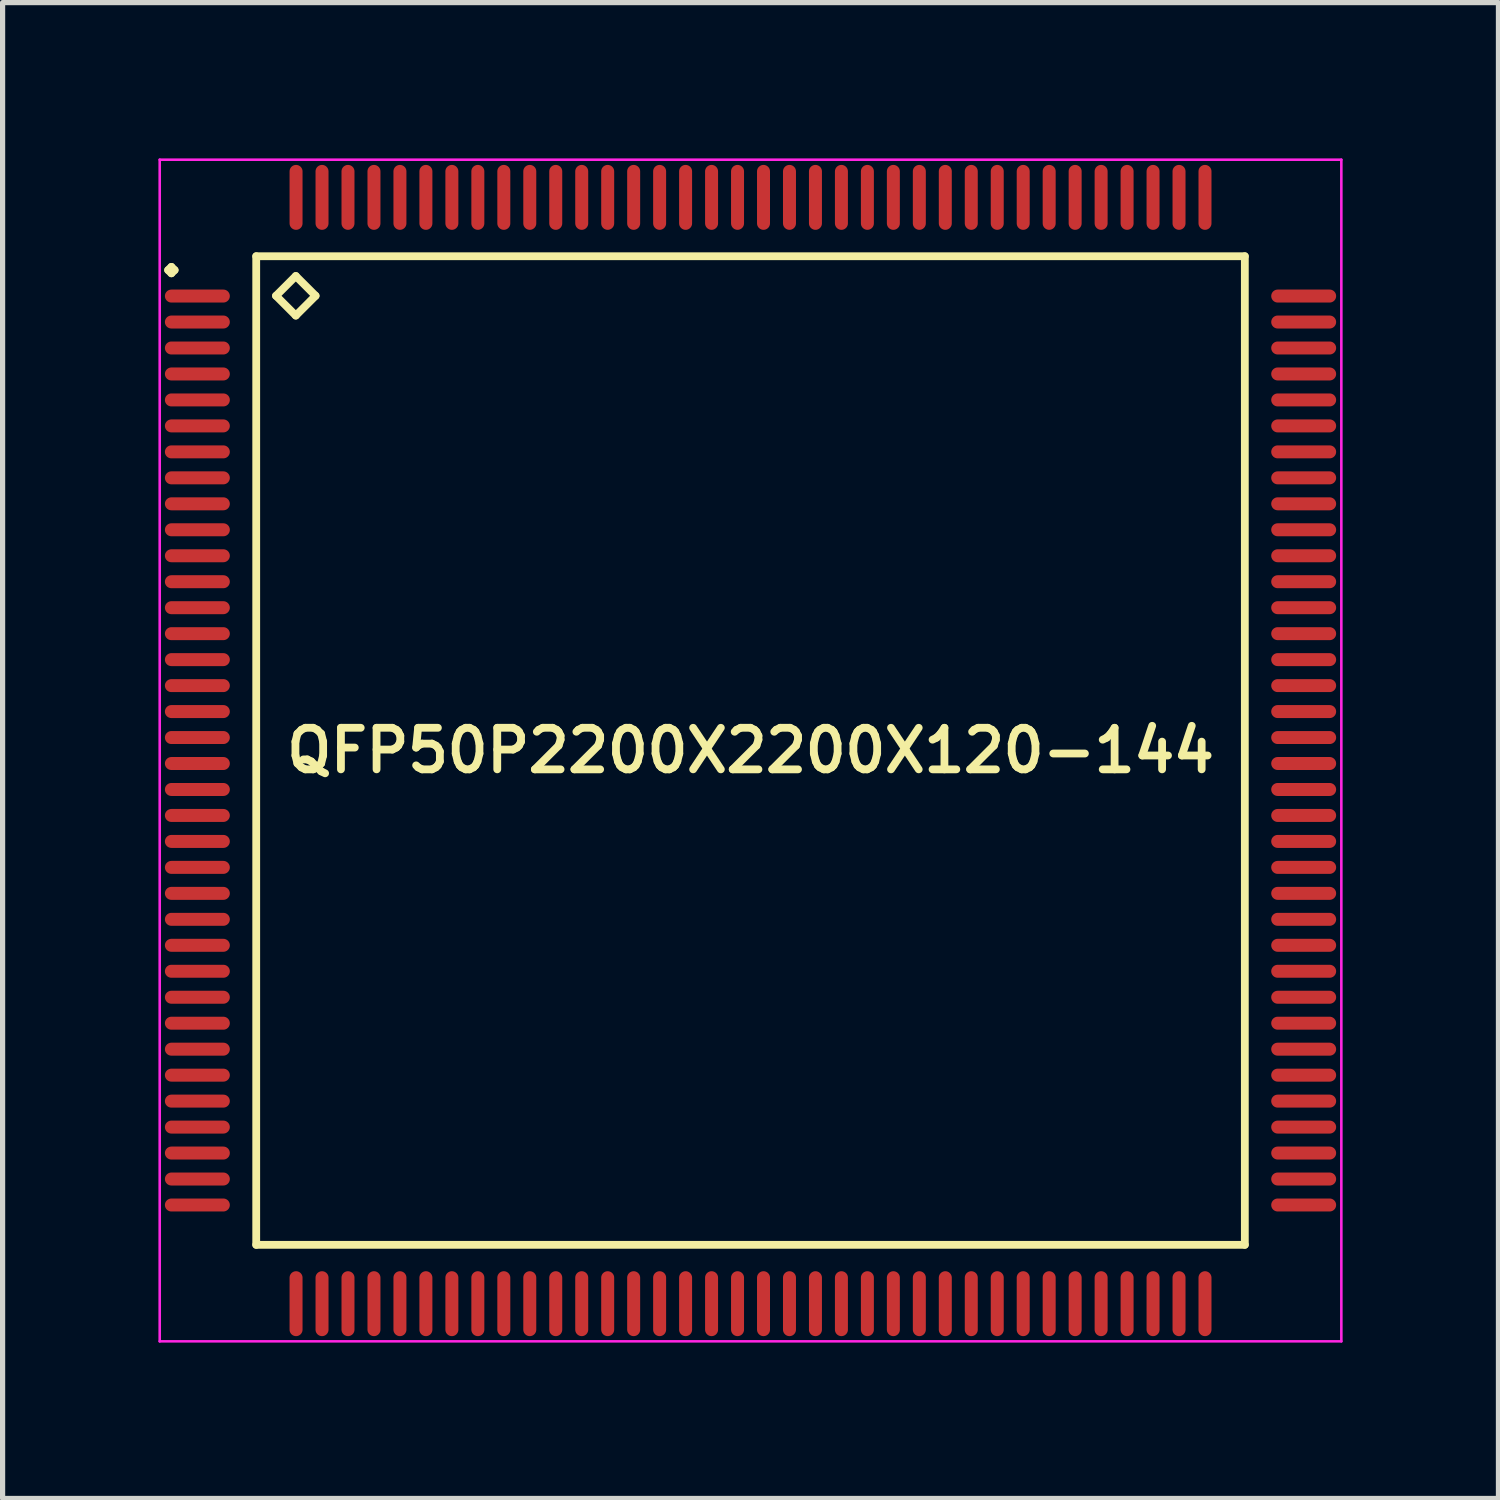
<source format=kicad_pcb>
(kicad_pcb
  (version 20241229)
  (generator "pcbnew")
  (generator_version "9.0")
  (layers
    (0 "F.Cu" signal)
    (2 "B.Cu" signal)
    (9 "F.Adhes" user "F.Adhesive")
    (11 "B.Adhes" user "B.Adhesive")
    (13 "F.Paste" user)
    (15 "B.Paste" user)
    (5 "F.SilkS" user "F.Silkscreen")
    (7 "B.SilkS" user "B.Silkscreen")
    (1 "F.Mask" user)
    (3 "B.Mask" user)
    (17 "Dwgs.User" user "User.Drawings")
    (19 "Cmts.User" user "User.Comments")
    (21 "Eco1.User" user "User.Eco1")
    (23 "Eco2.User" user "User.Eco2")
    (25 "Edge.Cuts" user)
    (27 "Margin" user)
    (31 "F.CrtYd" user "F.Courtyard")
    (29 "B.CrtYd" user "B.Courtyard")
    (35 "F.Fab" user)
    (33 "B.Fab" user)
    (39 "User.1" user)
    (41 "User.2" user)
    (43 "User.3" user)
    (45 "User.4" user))
  (footprint "QFP50P2200X2200X120-144"
    (layer "F.Cu")
    (at 11.4 11.4)
    (property "Reference" "QFP50P2200X2200X120-144" (at 0 0 0) (layer "F.SilkS") (effects (font (size 0.8 0.8) (thickness 0.15))))
    (attr smd)
    (fp_line (start -11.213 -9.25) (end -11.15 -9.312) (stroke (width 0.15) (type solid)) (layer "F.SilkS"))
    (fp_line (start -11.15 -9.312) (end -11.088 -9.25) (stroke (width 0.15) (type solid)) (layer "F.SilkS"))
    (fp_line (start -11.15 -9.188) (end -11.213 -9.25) (stroke (width 0.15) (type solid)) (layer "F.SilkS"))
    (fp_line (start -11.088 -9.25) (end -11.15 -9.188) (stroke (width 0.15) (type solid)) (layer "F.SilkS"))
    (fp_line (start -9.517 -9.517) (end -9.517 9.517) (stroke (width 0.15) (type solid)) (layer "F.SilkS"))
    (fp_line (start -9.517 9.517) (end 9.517 9.517) (stroke (width 0.15) (type solid)) (layer "F.SilkS"))
    (fp_line (start -9.136 -8.755) (end -8.755 -9.136) (stroke (width 0.15) (type solid)) (layer "F.SilkS"))
    (fp_line (start -8.755 -9.136) (end -8.374 -8.755) (stroke (width 0.15) (type solid)) (layer "F.SilkS"))
    (fp_line (start -8.755 -8.374) (end -9.136 -8.755) (stroke (width 0.15) (type solid)) (layer "F.SilkS"))
    (fp_line (start -8.374 -8.755) (end -8.755 -8.374) (stroke (width 0.15) (type solid)) (layer "F.SilkS"))
    (fp_line (start 9.517 -9.517) (end -9.517 -9.517) (stroke (width 0.15) (type solid)) (layer "F.SilkS"))
    (fp_line (start 9.517 9.517) (end 9.517 -9.517) (stroke (width 0.15) (type solid)) (layer "F.SilkS"))
    (fp_line (start -11.375 -11.375) (end 11.375 -11.375) (stroke (width 0.05) (type solid)) (layer "F.CrtYd"))
    (fp_line (start -11.375 11.375) (end -11.375 -11.375) (stroke (width 0.05) (type solid)) (layer "F.CrtYd"))
    (fp_line (start 11.375 -11.375) (end 11.375 11.375) (stroke (width 0.05) (type solid)) (layer "F.CrtYd"))
    (fp_line (start 11.375 11.375) (end -11.375 11.375) (stroke (width 0.05) (type solid)) (layer "F.CrtYd"))
    (pad "1" smd oval (at -10.65 -8.75) (size 1.25 0.25) (layers "F.Cu" "F.Mask" "F.Paste"))
    (pad "2" smd oval (at -10.65 -8.25) (size 1.25 0.25) (layers "F.Cu" "F.Mask" "F.Paste"))
    (pad "3" smd oval (at -10.65 -7.75) (size 1.25 0.25) (layers "F.Cu" "F.Mask" "F.Paste"))
    (pad "4" smd oval (at -10.65 -7.25) (size 1.25 0.25) (layers "F.Cu" "F.Mask" "F.Paste"))
    (pad "5" smd oval (at -10.65 -6.75) (size 1.25 0.25) (layers "F.Cu" "F.Mask" "F.Paste"))
    (pad "6" smd oval (at -10.65 -6.25) (size 1.25 0.25) (layers "F.Cu" "F.Mask" "F.Paste"))
    (pad "7" smd oval (at -10.65 -5.75) (size 1.25 0.25) (layers "F.Cu" "F.Mask" "F.Paste"))
    (pad "8" smd oval (at -10.65 -5.25) (size 1.25 0.25) (layers "F.Cu" "F.Mask" "F.Paste"))
    (pad "9" smd oval (at -10.65 -4.75) (size 1.25 0.25) (layers "F.Cu" "F.Mask" "F.Paste"))
    (pad "10" smd oval (at -10.65 -4.25) (size 1.25 0.25) (layers "F.Cu" "F.Mask" "F.Paste"))
    (pad "11" smd oval (at -10.65 -3.75) (size 1.25 0.25) (layers "F.Cu" "F.Mask" "F.Paste"))
    (pad "12" smd oval (at -10.65 -3.25) (size 1.25 0.25) (layers "F.Cu" "F.Mask" "F.Paste"))
    (pad "13" smd oval (at -10.65 -2.75) (size 1.25 0.25) (layers "F.Cu" "F.Mask" "F.Paste"))
    (pad "14" smd oval (at -10.65 -2.25) (size 1.25 0.25) (layers "F.Cu" "F.Mask" "F.Paste"))
    (pad "15" smd oval (at -10.65 -1.75) (size 1.25 0.25) (layers "F.Cu" "F.Mask" "F.Paste"))
    (pad "16" smd oval (at -10.65 -1.25) (size 1.25 0.25) (layers "F.Cu" "F.Mask" "F.Paste"))
    (pad "17" smd oval (at -10.65 -0.75) (size 1.25 0.25) (layers "F.Cu" "F.Mask" "F.Paste"))
    (pad "18" smd oval (at -10.65 -0.25) (size 1.25 0.25) (layers "F.Cu" "F.Mask" "F.Paste"))
    (pad "19" smd oval (at -10.65 0.25) (size 1.25 0.25) (layers "F.Cu" "F.Mask" "F.Paste"))
    (pad "20" smd oval (at -10.65 0.75) (size 1.25 0.25) (layers "F.Cu" "F.Mask" "F.Paste"))
    (pad "21" smd oval (at -10.65 1.25) (size 1.25 0.25) (layers "F.Cu" "F.Mask" "F.Paste"))
    (pad "22" smd oval (at -10.65 1.75) (size 1.25 0.25) (layers "F.Cu" "F.Mask" "F.Paste"))
    (pad "23" smd oval (at -10.65 2.25) (size 1.25 0.25) (layers "F.Cu" "F.Mask" "F.Paste"))
    (pad "24" smd oval (at -10.65 2.75) (size 1.25 0.25) (layers "F.Cu" "F.Mask" "F.Paste"))
    (pad "25" smd oval (at -10.65 3.25) (size 1.25 0.25) (layers "F.Cu" "F.Mask" "F.Paste"))
    (pad "26" smd oval (at -10.65 3.75) (size 1.25 0.25) (layers "F.Cu" "F.Mask" "F.Paste"))
    (pad "27" smd oval (at -10.65 4.25) (size 1.25 0.25) (layers "F.Cu" "F.Mask" "F.Paste"))
    (pad "28" smd oval (at -10.65 4.75) (size 1.25 0.25) (layers "F.Cu" "F.Mask" "F.Paste"))
    (pad "29" smd oval (at -10.65 5.25) (size 1.25 0.25) (layers "F.Cu" "F.Mask" "F.Paste"))
    (pad "30" smd oval (at -10.65 5.75) (size 1.25 0.25) (layers "F.Cu" "F.Mask" "F.Paste"))
    (pad "31" smd oval (at -10.65 6.25) (size 1.25 0.25) (layers "F.Cu" "F.Mask" "F.Paste"))
    (pad "32" smd oval (at -10.65 6.75) (size 1.25 0.25) (layers "F.Cu" "F.Mask" "F.Paste"))
    (pad "33" smd oval (at -10.65 7.25) (size 1.25 0.25) (layers "F.Cu" "F.Mask" "F.Paste"))
    (pad "34" smd oval (at -10.65 7.75) (size 1.25 0.25) (layers "F.Cu" "F.Mask" "F.Paste"))
    (pad "35" smd oval (at -10.65 8.25) (size 1.25 0.25) (layers "F.Cu" "F.Mask" "F.Paste"))
    (pad "36" smd oval (at -10.65 8.75) (size 1.25 0.25) (layers "F.Cu" "F.Mask" "F.Paste"))
    (pad "37" smd oval (at -8.75 10.65) (size 0.25 1.25) (layers "F.Cu" "F.Mask" "F.Paste"))
    (pad "38" smd oval (at -8.25 10.65) (size 0.25 1.25) (layers "F.Cu" "F.Mask" "F.Paste"))
    (pad "39" smd oval (at -7.75 10.65) (size 0.25 1.25) (layers "F.Cu" "F.Mask" "F.Paste"))
    (pad "40" smd oval (at -7.25 10.65) (size 0.25 1.25) (layers "F.Cu" "F.Mask" "F.Paste"))
    (pad "41" smd oval (at -6.75 10.65) (size 0.25 1.25) (layers "F.Cu" "F.Mask" "F.Paste"))
    (pad "42" smd oval (at -6.25 10.65) (size 0.25 1.25) (layers "F.Cu" "F.Mask" "F.Paste"))
    (pad "43" smd oval (at -5.75 10.65) (size 0.25 1.25) (layers "F.Cu" "F.Mask" "F.Paste"))
    (pad "44" smd oval (at -5.25 10.65) (size 0.25 1.25) (layers "F.Cu" "F.Mask" "F.Paste"))
    (pad "45" smd oval (at -4.75 10.65) (size 0.25 1.25) (layers "F.Cu" "F.Mask" "F.Paste"))
    (pad "46" smd oval (at -4.25 10.65) (size 0.25 1.25) (layers "F.Cu" "F.Mask" "F.Paste"))
    (pad "47" smd oval (at -3.75 10.65) (size 0.25 1.25) (layers "F.Cu" "F.Mask" "F.Paste"))
    (pad "48" smd oval (at -3.25 10.65) (size 0.25 1.25) (layers "F.Cu" "F.Mask" "F.Paste"))
    (pad "49" smd oval (at -2.75 10.65) (size 0.25 1.25) (layers "F.Cu" "F.Mask" "F.Paste"))
    (pad "50" smd oval (at -2.25 10.65) (size 0.25 1.25) (layers "F.Cu" "F.Mask" "F.Paste"))
    (pad "51" smd oval (at -1.75 10.65) (size 0.25 1.25) (layers "F.Cu" "F.Mask" "F.Paste"))
    (pad "52" smd oval (at -1.25 10.65) (size 0.25 1.25) (layers "F.Cu" "F.Mask" "F.Paste"))
    (pad "53" smd oval (at -0.75 10.65) (size 0.25 1.25) (layers "F.Cu" "F.Mask" "F.Paste"))
    (pad "54" smd oval (at -0.25 10.65) (size 0.25 1.25) (layers "F.Cu" "F.Mask" "F.Paste"))
    (pad "55" smd oval (at 0.25 10.65) (size 0.25 1.25) (layers "F.Cu" "F.Mask" "F.Paste"))
    (pad "56" smd oval (at 0.75 10.65) (size 0.25 1.25) (layers "F.Cu" "F.Mask" "F.Paste"))
    (pad "57" smd oval (at 1.25 10.65) (size 0.25 1.25) (layers "F.Cu" "F.Mask" "F.Paste"))
    (pad "58" smd oval (at 1.75 10.65) (size 0.25 1.25) (layers "F.Cu" "F.Mask" "F.Paste"))
    (pad "59" smd oval (at 2.25 10.65) (size 0.25 1.25) (layers "F.Cu" "F.Mask" "F.Paste"))
    (pad "60" smd oval (at 2.75 10.65) (size 0.25 1.25) (layers "F.Cu" "F.Mask" "F.Paste"))
    (pad "61" smd oval (at 3.25 10.65) (size 0.25 1.25) (layers "F.Cu" "F.Mask" "F.Paste"))
    (pad "62" smd oval (at 3.75 10.65) (size 0.25 1.25) (layers "F.Cu" "F.Mask" "F.Paste"))
    (pad "63" smd oval (at 4.25 10.65) (size 0.25 1.25) (layers "F.Cu" "F.Mask" "F.Paste"))
    (pad "64" smd oval (at 4.75 10.65) (size 0.25 1.25) (layers "F.Cu" "F.Mask" "F.Paste"))
    (pad "65" smd oval (at 5.25 10.65) (size 0.25 1.25) (layers "F.Cu" "F.Mask" "F.Paste"))
    (pad "66" smd oval (at 5.75 10.65) (size 0.25 1.25) (layers "F.Cu" "F.Mask" "F.Paste"))
    (pad "67" smd oval (at 6.25 10.65) (size 0.25 1.25) (layers "F.Cu" "F.Mask" "F.Paste"))
    (pad "68" smd oval (at 6.75 10.65) (size 0.25 1.25) (layers "F.Cu" "F.Mask" "F.Paste"))
    (pad "69" smd oval (at 7.25 10.65) (size 0.25 1.25) (layers "F.Cu" "F.Mask" "F.Paste"))
    (pad "70" smd oval (at 7.75 10.65) (size 0.25 1.25) (layers "F.Cu" "F.Mask" "F.Paste"))
    (pad "71" smd oval (at 8.25 10.65) (size 0.25 1.25) (layers "F.Cu" "F.Mask" "F.Paste"))
    (pad "72" smd oval (at 8.75 10.65) (size 0.25 1.25) (layers "F.Cu" "F.Mask" "F.Paste"))
    (pad "73" smd oval (at 10.65 8.75) (size 1.25 0.25) (layers "F.Cu" "F.Mask" "F.Paste"))
    (pad "74" smd oval (at 10.65 8.25) (size 1.25 0.25) (layers "F.Cu" "F.Mask" "F.Paste"))
    (pad "75" smd oval (at 10.65 7.75) (size 1.25 0.25) (layers "F.Cu" "F.Mask" "F.Paste"))
    (pad "76" smd oval (at 10.65 7.25) (size 1.25 0.25) (layers "F.Cu" "F.Mask" "F.Paste"))
    (pad "77" smd oval (at 10.65 6.75) (size 1.25 0.25) (layers "F.Cu" "F.Mask" "F.Paste"))
    (pad "78" smd oval (at 10.65 6.25) (size 1.25 0.25) (layers "F.Cu" "F.Mask" "F.Paste"))
    (pad "79" smd oval (at 10.65 5.75) (size 1.25 0.25) (layers "F.Cu" "F.Mask" "F.Paste"))
    (pad "80" smd oval (at 10.65 5.25) (size 1.25 0.25) (layers "F.Cu" "F.Mask" "F.Paste"))
    (pad "81" smd oval (at 10.65 4.75) (size 1.25 0.25) (layers "F.Cu" "F.Mask" "F.Paste"))
    (pad "82" smd oval (at 10.65 4.25) (size 1.25 0.25) (layers "F.Cu" "F.Mask" "F.Paste"))
    (pad "83" smd oval (at 10.65 3.75) (size 1.25 0.25) (layers "F.Cu" "F.Mask" "F.Paste"))
    (pad "84" smd oval (at 10.65 3.25) (size 1.25 0.25) (layers "F.Cu" "F.Mask" "F.Paste"))
    (pad "85" smd oval (at 10.65 2.75) (size 1.25 0.25) (layers "F.Cu" "F.Mask" "F.Paste"))
    (pad "86" smd oval (at 10.65 2.25) (size 1.25 0.25) (layers "F.Cu" "F.Mask" "F.Paste"))
    (pad "87" smd oval (at 10.65 1.75) (size 1.25 0.25) (layers "F.Cu" "F.Mask" "F.Paste"))
    (pad "88" smd oval (at 10.65 1.25) (size 1.25 0.25) (layers "F.Cu" "F.Mask" "F.Paste"))
    (pad "89" smd oval (at 10.65 0.75) (size 1.25 0.25) (layers "F.Cu" "F.Mask" "F.Paste"))
    (pad "90" smd oval (at 10.65 0.25) (size 1.25 0.25) (layers "F.Cu" "F.Mask" "F.Paste"))
    (pad "91" smd oval (at 10.65 -0.25) (size 1.25 0.25) (layers "F.Cu" "F.Mask" "F.Paste"))
    (pad "92" smd oval (at 10.65 -0.75) (size 1.25 0.25) (layers "F.Cu" "F.Mask" "F.Paste"))
    (pad "93" smd oval (at 10.65 -1.25) (size 1.25 0.25) (layers "F.Cu" "F.Mask" "F.Paste"))
    (pad "94" smd oval (at 10.65 -1.75) (size 1.25 0.25) (layers "F.Cu" "F.Mask" "F.Paste"))
    (pad "95" smd oval (at 10.65 -2.25) (size 1.25 0.25) (layers "F.Cu" "F.Mask" "F.Paste"))
    (pad "96" smd oval (at 10.65 -2.75) (size 1.25 0.25) (layers "F.Cu" "F.Mask" "F.Paste"))
    (pad "97" smd oval (at 10.65 -3.25) (size 1.25 0.25) (layers "F.Cu" "F.Mask" "F.Paste"))
    (pad "98" smd oval (at 10.65 -3.75) (size 1.25 0.25) (layers "F.Cu" "F.Mask" "F.Paste"))
    (pad "99" smd oval (at 10.65 -4.25) (size 1.25 0.25) (layers "F.Cu" "F.Mask" "F.Paste"))
    (pad "100" smd oval (at 10.65 -4.75) (size 1.25 0.25) (layers "F.Cu" "F.Mask" "F.Paste"))
    (pad "101" smd oval (at 10.65 -5.25) (size 1.25 0.25) (layers "F.Cu" "F.Mask" "F.Paste"))
    (pad "102" smd oval (at 10.65 -5.75) (size 1.25 0.25) (layers "F.Cu" "F.Mask" "F.Paste"))
    (pad "103" smd oval (at 10.65 -6.25) (size 1.25 0.25) (layers "F.Cu" "F.Mask" "F.Paste"))
    (pad "104" smd oval (at 10.65 -6.75) (size 1.25 0.25) (layers "F.Cu" "F.Mask" "F.Paste"))
    (pad "105" smd oval (at 10.65 -7.25) (size 1.25 0.25) (layers "F.Cu" "F.Mask" "F.Paste"))
    (pad "106" smd oval (at 10.65 -7.75) (size 1.25 0.25) (layers "F.Cu" "F.Mask" "F.Paste"))
    (pad "107" smd oval (at 10.65 -8.25) (size 1.25 0.25) (layers "F.Cu" "F.Mask" "F.Paste"))
    (pad "108" smd oval (at 10.65 -8.75) (size 1.25 0.25) (layers "F.Cu" "F.Mask" "F.Paste"))
    (pad "109" smd oval (at 8.75 -10.65) (size 0.25 1.25) (layers "F.Cu" "F.Mask" "F.Paste"))
    (pad "110" smd oval (at 8.25 -10.65) (size 0.25 1.25) (layers "F.Cu" "F.Mask" "F.Paste"))
    (pad "111" smd oval (at 7.75 -10.65) (size 0.25 1.25) (layers "F.Cu" "F.Mask" "F.Paste"))
    (pad "112" smd oval (at 7.25 -10.65) (size 0.25 1.25) (layers "F.Cu" "F.Mask" "F.Paste"))
    (pad "113" smd oval (at 6.75 -10.65) (size 0.25 1.25) (layers "F.Cu" "F.Mask" "F.Paste"))
    (pad "114" smd oval (at 6.25 -10.65) (size 0.25 1.25) (layers "F.Cu" "F.Mask" "F.Paste"))
    (pad "115" smd oval (at 5.75 -10.65) (size 0.25 1.25) (layers "F.Cu" "F.Mask" "F.Paste"))
    (pad "116" smd oval (at 5.25 -10.65) (size 0.25 1.25) (layers "F.Cu" "F.Mask" "F.Paste"))
    (pad "117" smd oval (at 4.75 -10.65) (size 0.25 1.25) (layers "F.Cu" "F.Mask" "F.Paste"))
    (pad "118" smd oval (at 4.25 -10.65) (size 0.25 1.25) (layers "F.Cu" "F.Mask" "F.Paste"))
    (pad "119" smd oval (at 3.75 -10.65) (size 0.25 1.25) (layers "F.Cu" "F.Mask" "F.Paste"))
    (pad "120" smd oval (at 3.25 -10.65) (size 0.25 1.25) (layers "F.Cu" "F.Mask" "F.Paste"))
    (pad "121" smd oval (at 2.75 -10.65) (size 0.25 1.25) (layers "F.Cu" "F.Mask" "F.Paste"))
    (pad "122" smd oval (at 2.25 -10.65) (size 0.25 1.25) (layers "F.Cu" "F.Mask" "F.Paste"))
    (pad "123" smd oval (at 1.75 -10.65) (size 0.25 1.25) (layers "F.Cu" "F.Mask" "F.Paste"))
    (pad "124" smd oval (at 1.25 -10.65) (size 0.25 1.25) (layers "F.Cu" "F.Mask" "F.Paste"))
    (pad "125" smd oval (at 0.75 -10.65) (size 0.25 1.25) (layers "F.Cu" "F.Mask" "F.Paste"))
    (pad "126" smd oval (at 0.25 -10.65) (size 0.25 1.25) (layers "F.Cu" "F.Mask" "F.Paste"))
    (pad "127" smd oval (at -0.25 -10.65) (size 0.25 1.25) (layers "F.Cu" "F.Mask" "F.Paste"))
    (pad "128" smd oval (at -0.75 -10.65) (size 0.25 1.25) (layers "F.Cu" "F.Mask" "F.Paste"))
    (pad "129" smd oval (at -1.25 -10.65) (size 0.25 1.25) (layers "F.Cu" "F.Mask" "F.Paste"))
    (pad "130" smd oval (at -1.75 -10.65) (size 0.25 1.25) (layers "F.Cu" "F.Mask" "F.Paste"))
    (pad "131" smd oval (at -2.25 -10.65) (size 0.25 1.25) (layers "F.Cu" "F.Mask" "F.Paste"))
    (pad "132" smd oval (at -2.75 -10.65) (size 0.25 1.25) (layers "F.Cu" "F.Mask" "F.Paste"))
    (pad "133" smd oval (at -3.25 -10.65) (size 0.25 1.25) (layers "F.Cu" "F.Mask" "F.Paste"))
    (pad "134" smd oval (at -3.75 -10.65) (size 0.25 1.25) (layers "F.Cu" "F.Mask" "F.Paste"))
    (pad "135" smd oval (at -4.25 -10.65) (size 0.25 1.25) (layers "F.Cu" "F.Mask" "F.Paste"))
    (pad "136" smd oval (at -4.75 -10.65) (size 0.25 1.25) (layers "F.Cu" "F.Mask" "F.Paste"))
    (pad "137" smd oval (at -5.25 -10.65) (size 0.25 1.25) (layers "F.Cu" "F.Mask" "F.Paste"))
    (pad "138" smd oval (at -5.75 -10.65) (size 0.25 1.25) (layers "F.Cu" "F.Mask" "F.Paste"))
    (pad "139" smd oval (at -6.25 -10.65) (size 0.25 1.25) (layers "F.Cu" "F.Mask" "F.Paste"))
    (pad "140" smd oval (at -6.75 -10.65) (size 0.25 1.25) (layers "F.Cu" "F.Mask" "F.Paste"))
    (pad "141" smd oval (at -7.25 -10.65) (size 0.25 1.25) (layers "F.Cu" "F.Mask" "F.Paste"))
    (pad "142" smd oval (at -7.75 -10.65) (size 0.25 1.25) (layers "F.Cu" "F.Mask" "F.Paste"))
    (pad "143" smd oval (at -8.25 -10.65) (size 0.25 1.25) (layers "F.Cu" "F.Mask" "F.Paste"))
    (pad "144" smd oval (at -8.75 -10.65) (size 0.25 1.25) (layers "F.Cu" "F.Mask" "F.Paste")))
  (gr_rect
    (start -3 -3)
    (end 25.8 25.8)
    (stroke (width 0.1) (type default))
    (fill no)
    (layer "Edge.Cuts")))
</source>
